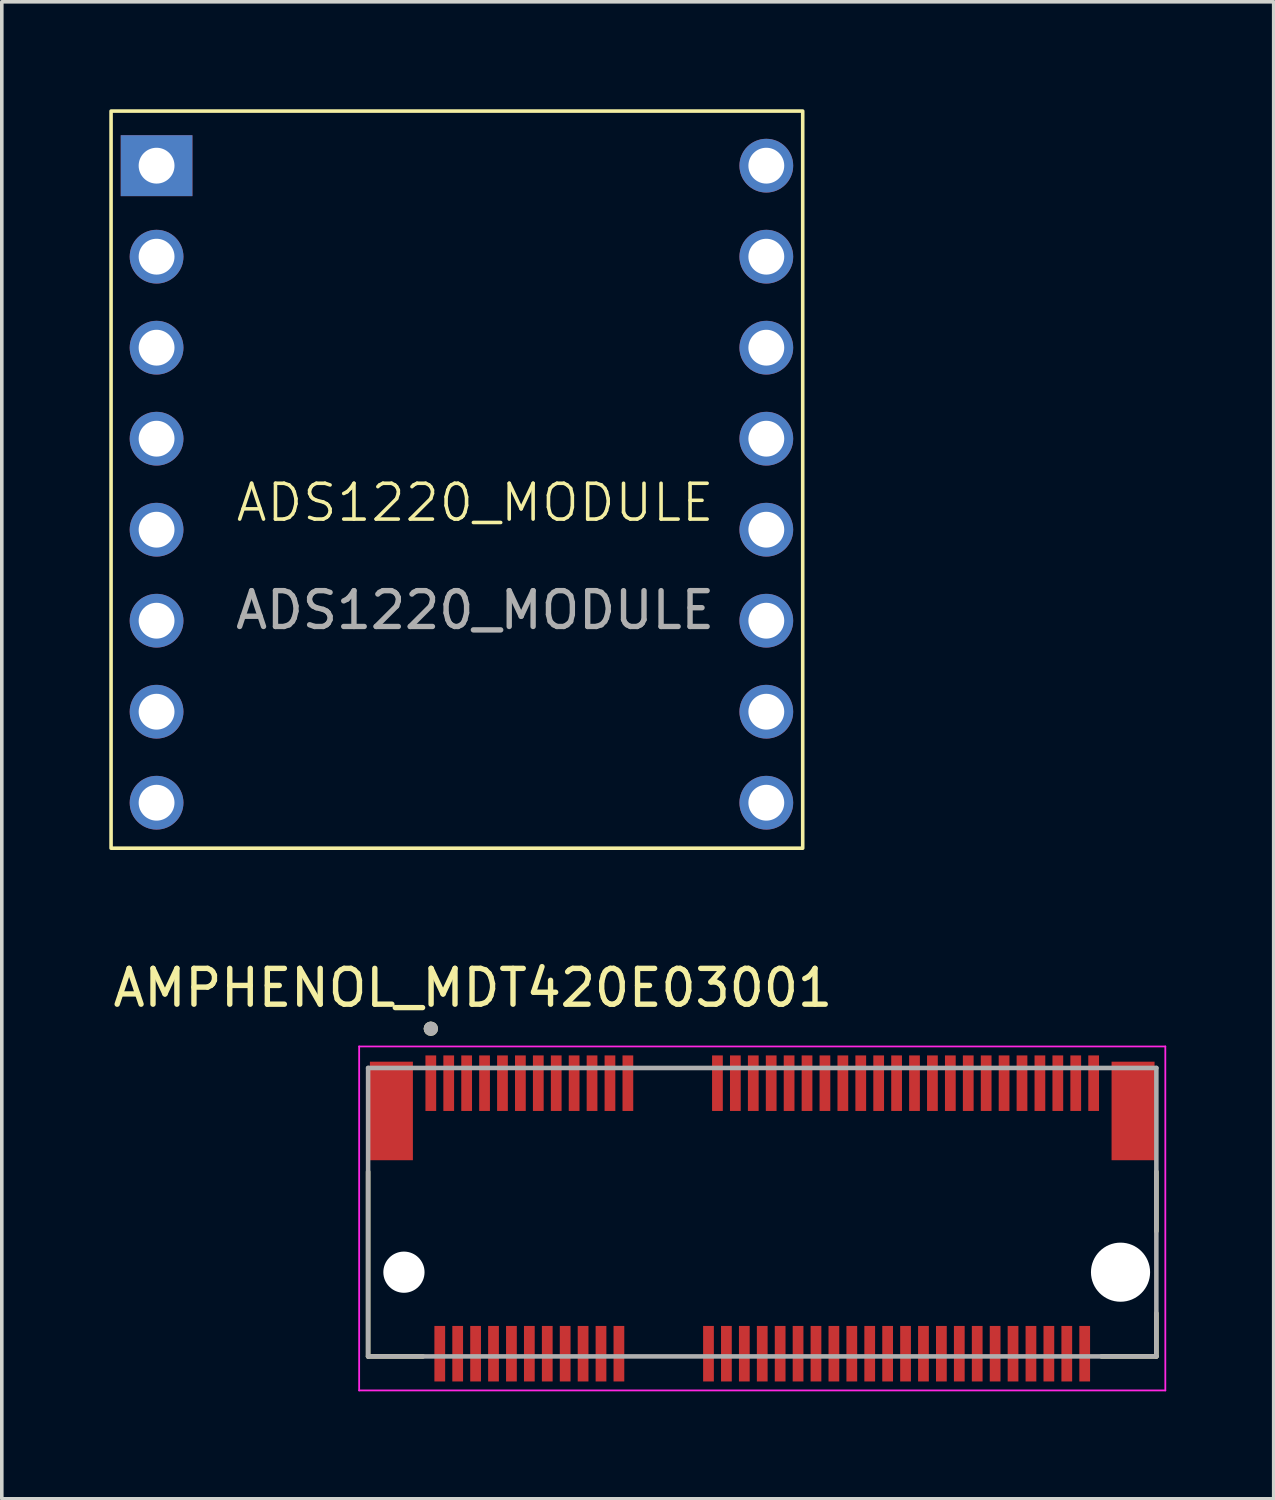
<source format=kicad_pcb>
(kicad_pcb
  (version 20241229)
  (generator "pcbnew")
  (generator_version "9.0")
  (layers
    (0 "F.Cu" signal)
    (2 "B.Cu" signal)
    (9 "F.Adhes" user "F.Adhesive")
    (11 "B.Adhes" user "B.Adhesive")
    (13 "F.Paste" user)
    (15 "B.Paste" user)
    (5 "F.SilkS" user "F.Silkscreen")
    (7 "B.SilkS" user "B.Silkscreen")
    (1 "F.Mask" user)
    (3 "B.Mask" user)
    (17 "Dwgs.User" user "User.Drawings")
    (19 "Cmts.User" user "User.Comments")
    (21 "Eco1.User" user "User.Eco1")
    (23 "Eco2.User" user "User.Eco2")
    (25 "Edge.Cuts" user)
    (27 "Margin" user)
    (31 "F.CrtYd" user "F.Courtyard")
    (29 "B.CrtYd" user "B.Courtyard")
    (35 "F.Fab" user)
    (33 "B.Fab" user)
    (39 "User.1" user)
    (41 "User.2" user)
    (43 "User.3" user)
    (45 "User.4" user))
  (footprint "AMPHENOL_MDT420E03001"
    (layer "F.Cu")
    (at 18.224 32.457)
    (property "Reference" "AMPHENOL_MDT420E03001" (at -8.075 -7.935 0) (layer "F.SilkS") (effects (font (size 1 1) (thickness 0.15))))
    (attr smd)
    (fp_line (start -11 2.35) (end -11 -2.805) (stroke (width 0.127) (type solid)) (layer "F.SilkS"))
    (fp_line (start -9.47 2.35) (end -11 2.35) (stroke (width 0.127) (type solid)) (layer "F.SilkS"))
    (fp_line (start 11 -2.805) (end 11 -1.145) (stroke (width 0.127) (type solid)) (layer "F.SilkS"))
    (fp_line (start 11 2.35) (end 9.47 2.35) (stroke (width 0.127) (type solid)) (layer "F.SilkS"))
    (fp_line (start 11 2.35) (end 11 1.145) (stroke (width 0.127) (type solid)) (layer "F.SilkS"))
    (fp_circle (center -9.25 -6.796) (end -9.15 -6.796) (stroke (width 0.2) (type solid)) (fill no) (layer "F.SilkS"))
    (fp_line (start -11.25 -6.3) (end -11.25 3.3) (stroke (width 0.05) (type solid)) (layer "F.CrtYd"))
    (fp_line (start -11.25 3.3) (end 11.25 3.3) (stroke (width 0.05) (type solid)) (layer "F.CrtYd"))
    (fp_line (start 11.25 -6.3) (end -11.25 -6.3) (stroke (width 0.05) (type solid)) (layer "F.CrtYd"))
    (fp_line (start 11.25 3.3) (end 11.25 -6.3) (stroke (width 0.05) (type solid)) (layer "F.CrtYd"))
    (fp_line (start -11 -5.7) (end 11 -5.7) (stroke (width 0.127) (type solid)) (layer "F.Fab"))
    (fp_line (start -11 2.35) (end -11 -5.7) (stroke (width 0.127) (type solid)) (layer "F.Fab"))
    (fp_line (start 11 -5.7) (end 11 2.35) (stroke (width 0.127) (type solid)) (layer "F.Fab"))
    (fp_line (start 11 2.35) (end -11 2.35) (stroke (width 0.127) (type solid)) (layer "F.Fab"))
    (fp_circle (center -9.25 -6.796) (end -9.15 -6.796) (stroke (width 0.2) (type solid)) (fill no) (layer "F.Fab"))
    (pad "" np_thru_hole circle (at -10 0) (size 1.15 1.15) (drill 1.15) (layers "*.Cu" "*.Mask"))
    (pad "" np_thru_hole circle (at 10 0) (size 1.65 1.65) (drill 1.65) (layers "*.Cu" "*.Mask"))
    (pad "1" smd rect (at -9.25 -5.275) (size 0.3 1.55) (layers "F.Cu" "F.Mask" "F.Paste"))
    (pad "2" smd rect (at -9 2.275) (size 0.3 1.55) (layers "F.Cu" "F.Mask" "F.Paste"))
    (pad "3" smd rect (at -8.75 -5.275) (size 0.3 1.55) (layers "F.Cu" "F.Mask" "F.Paste"))
    (pad "4" smd rect (at -8.5 2.275) (size 0.3 1.55) (layers "F.Cu" "F.Mask" "F.Paste"))
    (pad "5" smd rect (at -8.25 -5.275) (size 0.3 1.55) (layers "F.Cu" "F.Mask" "F.Paste"))
    (pad "6" smd rect (at -8 2.275) (size 0.3 1.55) (layers "F.Cu" "F.Mask" "F.Paste"))
    (pad "7" smd rect (at -7.75 -5.275) (size 0.3 1.55) (layers "F.Cu" "F.Mask" "F.Paste"))
    (pad "8" smd rect (at -7.5 2.275) (size 0.3 1.55) (layers "F.Cu" "F.Mask" "F.Paste"))
    (pad "9" smd rect (at -7.25 -5.275) (size 0.3 1.55) (layers "F.Cu" "F.Mask" "F.Paste"))
    (pad "10" smd rect (at -7 2.275) (size 0.3 1.55) (layers "F.Cu" "F.Mask" "F.Paste"))
    (pad "11" smd rect (at -6.75 -5.275) (size 0.3 1.55) (layers "F.Cu" "F.Mask" "F.Paste"))
    (pad "12" smd rect (at -6.5 2.275) (size 0.3 1.55) (layers "F.Cu" "F.Mask" "F.Paste"))
    (pad "13" smd rect (at -6.25 -5.275) (size 0.3 1.55) (layers "F.Cu" "F.Mask" "F.Paste"))
    (pad "14" smd rect (at -6 2.275) (size 0.3 1.55) (layers "F.Cu" "F.Mask" "F.Paste"))
    (pad "15" smd rect (at -5.75 -5.275) (size 0.3 1.55) (layers "F.Cu" "F.Mask" "F.Paste"))
    (pad "16" smd rect (at -5.5 2.275) (size 0.3 1.55) (layers "F.Cu" "F.Mask" "F.Paste"))
    (pad "17" smd rect (at -5.25 -5.275) (size 0.3 1.55) (layers "F.Cu" "F.Mask" "F.Paste"))
    (pad "18" smd rect (at -5 2.275) (size 0.3 1.55) (layers "F.Cu" "F.Mask" "F.Paste"))
    (pad "19" smd rect (at -4.75 -5.275) (size 0.3 1.55) (layers "F.Cu" "F.Mask" "F.Paste"))
    (pad "20" smd rect (at -4.5 2.275) (size 0.3 1.55) (layers "F.Cu" "F.Mask" "F.Paste"))
    (pad "21" smd rect (at -4.25 -5.275) (size 0.3 1.55) (layers "F.Cu" "F.Mask" "F.Paste"))
    (pad "22" smd rect (at -4 2.275) (size 0.3 1.55) (layers "F.Cu" "F.Mask" "F.Paste"))
    (pad "23" smd rect (at -3.75 -5.275) (size 0.3 1.55) (layers "F.Cu" "F.Mask" "F.Paste"))
    (pad "32" smd rect (at -1.5 2.275) (size 0.3 1.55) (layers "F.Cu" "F.Mask" "F.Paste"))
    (pad "33" smd rect (at -1.25 -5.275) (size 0.3 1.55) (layers "F.Cu" "F.Mask" "F.Paste"))
    (pad "34" smd rect (at -1 2.275) (size 0.3 1.55) (layers "F.Cu" "F.Mask" "F.Paste"))
    (pad "35" smd rect (at -0.75 -5.275) (size 0.3 1.55) (layers "F.Cu" "F.Mask" "F.Paste"))
    (pad "36" smd rect (at -0.5 2.275) (size 0.3 1.55) (layers "F.Cu" "F.Mask" "F.Paste"))
    (pad "37" smd rect (at -0.25 -5.275) (size 0.3 1.55) (layers "F.Cu" "F.Mask" "F.Paste"))
    (pad "38" smd rect (at 0 2.275) (size 0.3 1.55) (layers "F.Cu" "F.Mask" "F.Paste"))
    (pad "39" smd rect (at 0.25 -5.275) (size 0.3 1.55) (layers "F.Cu" "F.Mask" "F.Paste"))
    (pad "40" smd rect (at 0.5 2.275) (size 0.3 1.55) (layers "F.Cu" "F.Mask" "F.Paste"))
    (pad "41" smd rect (at 0.75 -5.275) (size 0.3 1.55) (layers "F.Cu" "F.Mask" "F.Paste"))
    (pad "42" smd rect (at 1 2.275) (size 0.3 1.55) (layers "F.Cu" "F.Mask" "F.Paste"))
    (pad "43" smd rect (at 1.25 -5.275) (size 0.3 1.55) (layers "F.Cu" "F.Mask" "F.Paste"))
    (pad "44" smd rect (at 1.5 2.275) (size 0.3 1.55) (layers "F.Cu" "F.Mask" "F.Paste"))
    (pad "45" smd rect (at 1.75 -5.275) (size 0.3 1.55) (layers "F.Cu" "F.Mask" "F.Paste"))
    (pad "46" smd rect (at 2 2.275) (size 0.3 1.55) (layers "F.Cu" "F.Mask" "F.Paste"))
    (pad "47" smd rect (at 2.25 -5.275) (size 0.3 1.55) (layers "F.Cu" "F.Mask" "F.Paste"))
    (pad "48" smd rect (at 2.5 2.275) (size 0.3 1.55) (layers "F.Cu" "F.Mask" "F.Paste"))
    (pad "49" smd rect (at 2.75 -5.275) (size 0.3 1.55) (layers "F.Cu" "F.Mask" "F.Paste"))
    (pad "50" smd rect (at 3 2.275) (size 0.3 1.55) (layers "F.Cu" "F.Mask" "F.Paste"))
    (pad "51" smd rect (at 3.25 -5.275) (size 0.3 1.55) (layers "F.Cu" "F.Mask" "F.Paste"))
    (pad "52" smd rect (at 3.5 2.275) (size 0.3 1.55) (layers "F.Cu" "F.Mask" "F.Paste"))
    (pad "53" smd rect (at 3.75 -5.275) (size 0.3 1.55) (layers "F.Cu" "F.Mask" "F.Paste"))
    (pad "54" smd rect (at 4 2.275) (size 0.3 1.55) (layers "F.Cu" "F.Mask" "F.Paste"))
    (pad "55" smd rect (at 4.25 -5.275) (size 0.3 1.55) (layers "F.Cu" "F.Mask" "F.Paste"))
    (pad "56" smd rect (at 4.5 2.275) (size 0.3 1.55) (layers "F.Cu" "F.Mask" "F.Paste"))
    (pad "57" smd rect (at 4.75 -5.275) (size 0.3 1.55) (layers "F.Cu" "F.Mask" "F.Paste"))
    (pad "58" smd rect (at 5 2.275) (size 0.3 1.55) (layers "F.Cu" "F.Mask" "F.Paste"))
    (pad "59" smd rect (at 5.25 -5.275) (size 0.3 1.55) (layers "F.Cu" "F.Mask" "F.Paste"))
    (pad "60" smd rect (at 5.5 2.275) (size 0.3 1.55) (layers "F.Cu" "F.Mask" "F.Paste"))
    (pad "61" smd rect (at 5.75 -5.275) (size 0.3 1.55) (layers "F.Cu" "F.Mask" "F.Paste"))
    (pad "62" smd rect (at 6 2.275) (size 0.3 1.55) (layers "F.Cu" "F.Mask" "F.Paste"))
    (pad "63" smd rect (at 6.25 -5.275) (size 0.3 1.55) (layers "F.Cu" "F.Mask" "F.Paste"))
    (pad "64" smd rect (at 6.5 2.275) (size 0.3 1.55) (layers "F.Cu" "F.Mask" "F.Paste"))
    (pad "65" smd rect (at 6.75 -5.275) (size 0.3 1.55) (layers "F.Cu" "F.Mask" "F.Paste"))
    (pad "66" smd rect (at 7 2.275) (size 0.3 1.55) (layers "F.Cu" "F.Mask" "F.Paste"))
    (pad "67" smd rect (at 7.25 -5.275) (size 0.3 1.55) (layers "F.Cu" "F.Mask" "F.Paste"))
    (pad "68" smd rect (at 7.5 2.275) (size 0.3 1.55) (layers "F.Cu" "F.Mask" "F.Paste"))
    (pad "69" smd rect (at 7.75 -5.275) (size 0.3 1.55) (layers "F.Cu" "F.Mask" "F.Paste"))
    (pad "70" smd rect (at 8 2.275) (size 0.3 1.55) (layers "F.Cu" "F.Mask" "F.Paste"))
    (pad "71" smd rect (at 8.25 -5.275) (size 0.3 1.55) (layers "F.Cu" "F.Mask" "F.Paste"))
    (pad "72" smd rect (at 8.5 2.275) (size 0.3 1.55) (layers "F.Cu" "F.Mask" "F.Paste"))
    (pad "73" smd rect (at 8.75 -5.275) (size 0.3 1.55) (layers "F.Cu" "F.Mask" "F.Paste"))
    (pad "74" smd rect (at 9 2.275) (size 0.3 1.55) (layers "F.Cu" "F.Mask" "F.Paste"))
    (pad "75" smd rect (at 9.25 -5.275) (size 0.3 1.55) (layers "F.Cu" "F.Mask" "F.Paste"))
    (pad "S1" smd rect (at -10.35 -4.5) (size 1.2 2.75) (layers "F.Cu" "F.Mask" "F.Paste"))
    (pad "S2" smd rect (at 10.35 -4.5) (size 1.2 2.75) (layers "F.Cu" "F.Mask" "F.Paste")))
  (footprint "ADS1220_MODULE"
    (layer "F.Cu")
    (at 10.21 11.48)
    (property "Reference" "ADS1220_MODULE" (at 0 -0.5 0) (unlocked yes) (layer "F.SilkS") (effects (font (size 1 1) (thickness 0.1))))
    (attr board_only exclude_from_pos_files exclude_from_bom)
    (fp_rect (start -10.16 -11.43) (end 9.144 9.144) (stroke (width 0.1) (type default)) (fill no) (layer "F.SilkS"))
    (fp_text user "${REFERENCE}" (at 0 2.5 0) (unlocked yes) (layer "F.Fab") (effects (font (size 1 1) (thickness 0.15))))
    (pad "1" thru_hole rect (at -8.89 -9.906) (size 2 1.7) (drill 1) (layers "*.Cu" "*.Mask"))
    (pad "2" thru_hole circle (at -8.89 -7.366) (size 1.5 1.5) (drill 1) (layers "*.Cu" "*.Mask"))
    (pad "3" thru_hole circle (at -8.89 -4.826) (size 1.5 1.5) (drill 1) (layers "*.Cu" "*.Mask"))
    (pad "4" thru_hole circle (at -8.89 -2.286) (size 1.5 1.5) (drill 1) (layers "*.Cu" "*.Mask"))
    (pad "5" thru_hole circle (at -8.89 0.254) (size 1.5 1.5) (drill 1) (layers "*.Cu" "*.Mask"))
    (pad "6" thru_hole circle (at -8.89 2.794) (size 1.5 1.5) (drill 1) (layers "*.Cu" "*.Mask"))
    (pad "7" thru_hole circle (at -8.89 5.334) (size 1.5 1.5) (drill 1) (layers "*.Cu" "*.Mask"))
    (pad "8" thru_hole circle (at -8.89 7.874) (size 1.5 1.5) (drill 1) (layers "*.Cu" "*.Mask"))
    (pad "9" thru_hole circle (at 8.128 7.874) (size 1.5 1.5) (drill 1) (layers "*.Cu" "*.Mask"))
    (pad "10" thru_hole circle (at 8.128 5.334) (size 1.5 1.5) (drill 1) (layers "*.Cu" "*.Mask"))
    (pad "11" thru_hole circle (at 8.128 2.794) (size 1.5 1.5) (drill 1) (layers "*.Cu" "*.Mask"))
    (pad "12" thru_hole circle (at 8.128 0.254) (size 1.5 1.5) (drill 1) (layers "*.Cu" "*.Mask"))
    (pad "13" thru_hole circle (at 8.128 -2.286) (size 1.5 1.5) (drill 1) (layers "*.Cu" "*.Mask"))
    (pad "14" thru_hole circle (at 8.128 -4.826) (size 1.5 1.5) (drill 1) (layers "*.Cu" "*.Mask"))
    (pad "15" thru_hole circle (at 8.128 -7.366) (size 1.5 1.5) (drill 1) (layers "*.Cu" "*.Mask"))
    (pad "16" thru_hole circle (at 8.128 -9.906) (size 1.5 1.5) (drill 1) (layers "*.Cu" "*.Mask")))
  (gr_rect
    (start -3 -3)
    (end 32.499 38.782)
    (stroke (width 0.1) (type default))
    (fill no)
    (layer "Edge.Cuts")))
</source>
